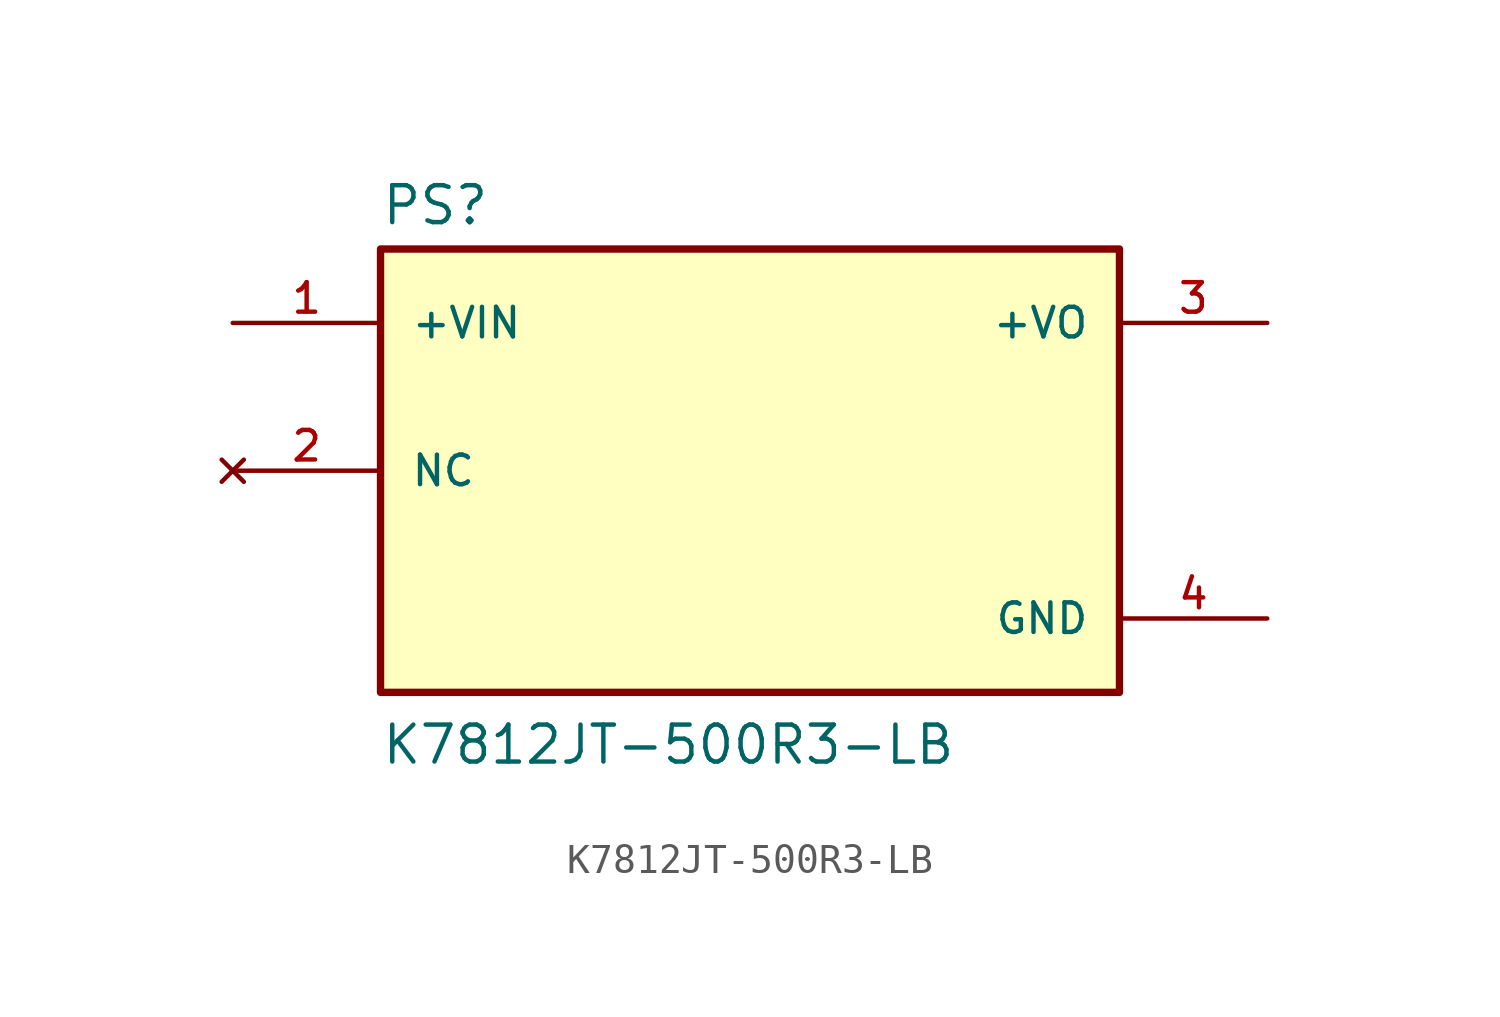
<source format=kicad_sym>
(kicad_symbol_lib
  (version 20211014)
  (generator kicad_symbol_editor)
  (symbol "K7812JT-500R3-LB"
    (pin_names
      (offset 1.016))
    (property "Reference" "PS"
      (at -12.7 8.382 0)
      (effects (font (size 1.27 1.27)) (justify bottom left)))
    (property "Value" "K7812JT-500R3-LB"
      (at -12.7 -10.16 0)
      (effects (font (size 1.27 1.27)) (justify bottom left)))
    (symbol "K7812JT-500R3-LB_0_0"
      (rectangle (start -12.7 -7.62) (end 12.7 7.62) (stroke (width 0.254)) (fill (type background)))
      (pin input line (at -17.78 5.08 0) (length 5.08) (name "+VIN" (effects (font (size 1.016 1.016)))) (number "1" (effects (font (size 1.016 1.016)))))
      (pin no_connect line (at -17.78 0.0 0) (length 5.08) (name "NC" (effects (font (size 1.016 1.016)))) (number "2" (effects (font (size 1.016 1.016)))))
      (pin power_in line (at 17.78 -5.08 180.0) (length 5.08) (name "GND" (effects (font (size 1.016 1.016)))) (number "4" (effects (font (size 1.016 1.016)))))
      (pin output line (at 17.78 5.08 180.0) (length 5.08) (name "+VO" (effects (font (size 1.016 1.016)))) (number "3" (effects (font (size 1.016 1.016))))))))
</source>
